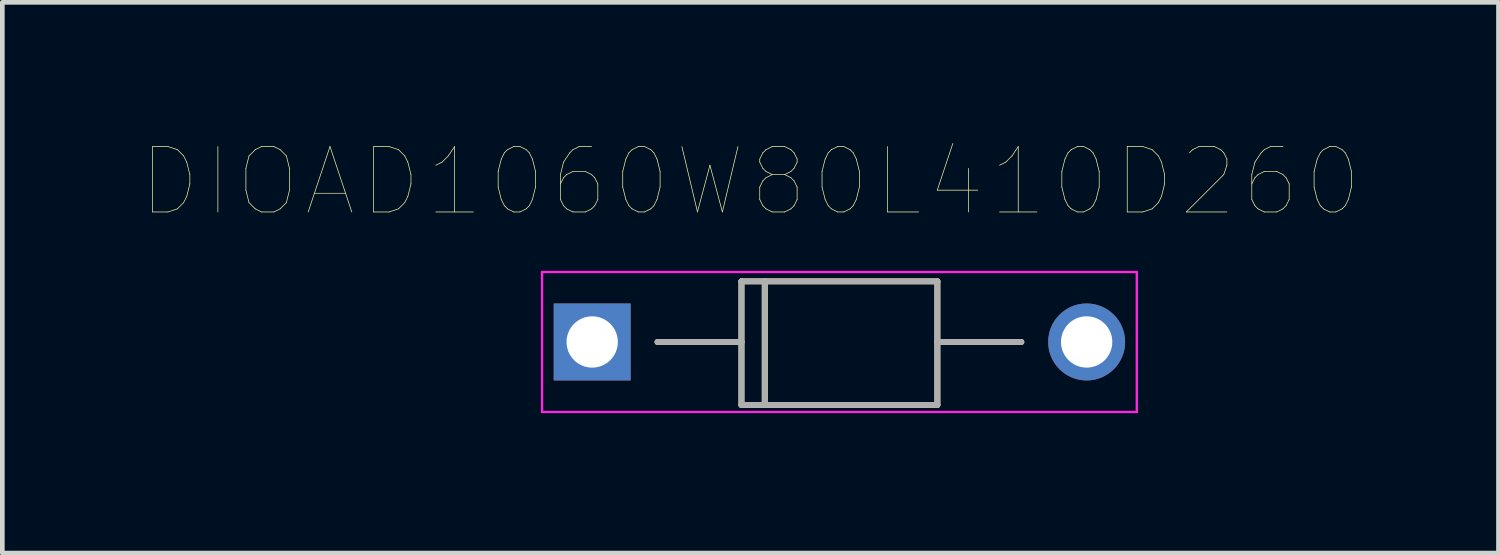
<source format=kicad_pcb>
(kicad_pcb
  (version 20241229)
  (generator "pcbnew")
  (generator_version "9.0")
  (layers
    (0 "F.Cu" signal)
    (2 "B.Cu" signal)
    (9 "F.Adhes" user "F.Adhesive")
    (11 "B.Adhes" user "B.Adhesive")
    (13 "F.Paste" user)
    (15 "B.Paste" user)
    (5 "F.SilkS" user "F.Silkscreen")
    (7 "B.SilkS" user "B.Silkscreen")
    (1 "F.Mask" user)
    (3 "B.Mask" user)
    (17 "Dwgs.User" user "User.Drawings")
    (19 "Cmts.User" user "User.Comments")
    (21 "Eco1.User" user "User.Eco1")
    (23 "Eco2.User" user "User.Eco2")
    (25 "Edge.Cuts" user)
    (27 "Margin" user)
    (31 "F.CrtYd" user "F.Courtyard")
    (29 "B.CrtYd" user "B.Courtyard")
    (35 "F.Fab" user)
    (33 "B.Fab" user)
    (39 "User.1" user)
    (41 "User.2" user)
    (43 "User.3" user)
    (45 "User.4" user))
  (footprint "DIOAD1060W80L410D260"
    (layer "F.Cu")
    (at 14.945 4.281)
    (property "Reference" "DIOAD1060W80L410D260" (at -1.908 -3.435 0) (layer "F.SilkS") (effects (font (size 1.402 1.402) (thickness 0.015))))
    (attr through_hole)
    (fp_line (start -2.1 -1.3) (end -2.1 0) (stroke (width 0.127) (type solid)) (layer "F.SilkS"))
    (fp_line (start -2.1 0) (end -3.9 0) (stroke (width 0.127) (type solid)) (layer "F.SilkS"))
    (fp_line (start -2.1 0) (end -2.1 1.35) (stroke (width 0.127) (type solid)) (layer "F.SilkS"))
    (fp_line (start -2.1 1.35) (end -1.6 1.35) (stroke (width 0.127) (type solid)) (layer "F.SilkS"))
    (fp_line (start -1.6 -1.3) (end -2.1 -1.3) (stroke (width 0.127) (type solid)) (layer "F.SilkS"))
    (fp_line (start -1.6 1.35) (end -1.6 -1.3) (stroke (width 0.127) (type solid)) (layer "F.SilkS"))
    (fp_line (start -1.6 1.35) (end 2.1 1.35) (stroke (width 0.127) (type solid)) (layer "F.SilkS"))
    (fp_line (start 2.1 -1.3) (end -1.6 -1.3) (stroke (width 0.127) (type solid)) (layer "F.SilkS"))
    (fp_line (start 2.1 0) (end 2.1 -1.3) (stroke (width 0.127) (type solid)) (layer "F.SilkS"))
    (fp_line (start 2.1 0) (end 3.9 0) (stroke (width 0.127) (type solid)) (layer "F.SilkS"))
    (fp_line (start 2.1 1.35) (end 2.1 0) (stroke (width 0.127) (type solid)) (layer "F.SilkS"))
    (fp_line (start -6.375 -1.5) (end -6.375 1.5) (stroke (width 0.05) (type solid)) (layer "F.CrtYd"))
    (fp_line (start -6.375 1.5) (end 6.375 1.5) (stroke (width 0.05) (type solid)) (layer "F.CrtYd"))
    (fp_line (start 6.375 -1.5) (end -6.375 -1.5) (stroke (width 0.05) (type solid)) (layer "F.CrtYd"))
    (fp_line (start 6.375 1.5) (end 6.375 -1.5) (stroke (width 0.05) (type solid)) (layer "F.CrtYd"))
    (fp_line (start -3.9 0) (end -2.1 0) (stroke (width 0.127) (type solid)) (layer "F.Fab"))
    (fp_line (start -2.1 -1.3) (end -1.6 -1.3) (stroke (width 0.127) (type solid)) (layer "F.Fab"))
    (fp_line (start -2.1 0) (end -2.1 -1.3) (stroke (width 0.127) (type solid)) (layer "F.Fab"))
    (fp_line (start -2.1 1.35) (end -2.1 0) (stroke (width 0.127) (type solid)) (layer "F.Fab"))
    (fp_line (start -1.6 -1.3) (end 2.1 -1.3) (stroke (width 0.127) (type solid)) (layer "F.Fab"))
    (fp_line (start -1.6 1.3) (end -1.6 -1.3) (stroke (width 0.127) (type solid)) (layer "F.Fab"))
    (fp_line (start 2.1 -1.3) (end 2.1 0) (stroke (width 0.127) (type solid)) (layer "F.Fab"))
    (fp_line (start 2.1 0) (end 2.1 1.35) (stroke (width 0.127) (type solid)) (layer "F.Fab"))
    (fp_line (start 2.1 0) (end 3.9 0) (stroke (width 0.127) (type solid)) (layer "F.Fab"))
    (fp_line (start 2.1 1.35) (end -2.1 1.35) (stroke (width 0.127) (type solid)) (layer "F.Fab"))
    (pad "1" thru_hole rect (at -5.3 0) (size 1.65 1.65) (drill 1.1) (layers "*.Cu" "*.Mask"))
    (pad "2" thru_hole circle (at 5.3 0) (size 1.65 1.65) (drill 1.1) (layers "*.Cu" "*.Mask")))
  (gr_rect
    (start -3 -3)
    (end 29.074 8.806)
    (stroke (width 0.1) (type default))
    (fill no)
    (layer "Edge.Cuts")))
</source>
